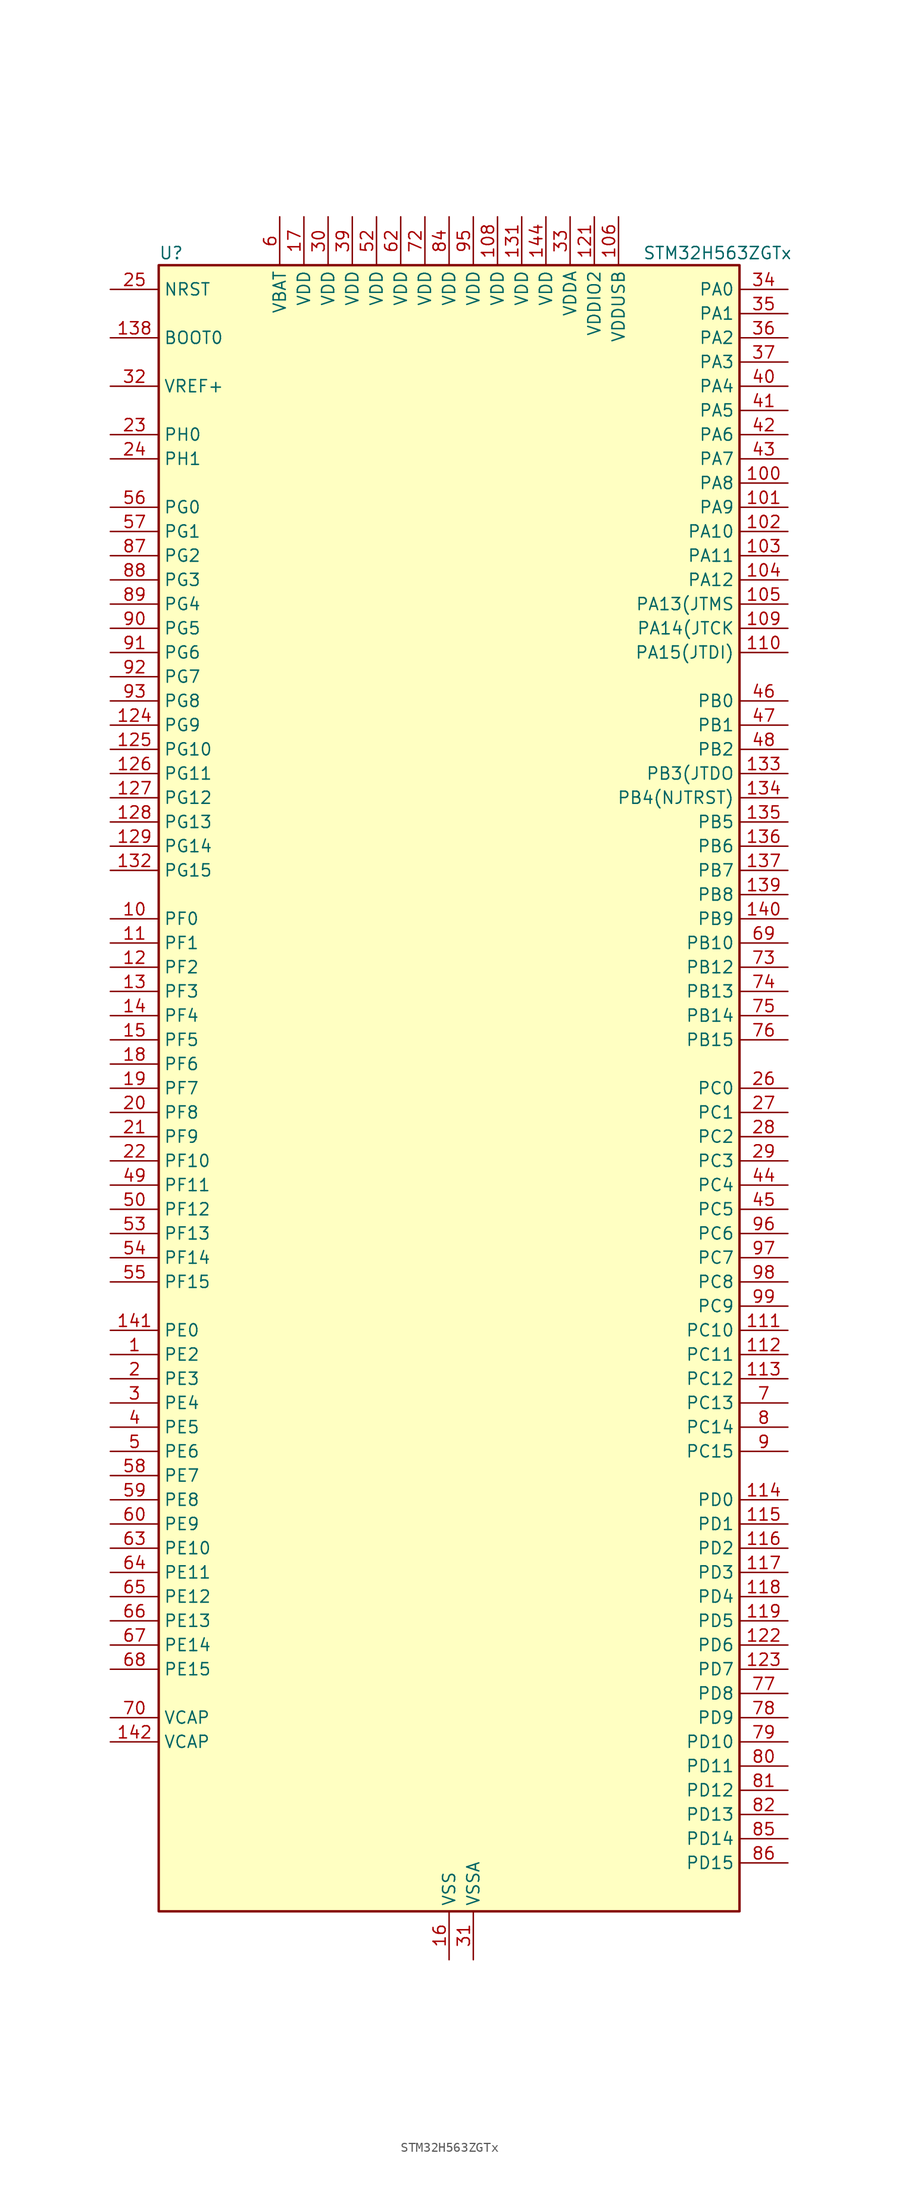
<source format=kicad_sym>
(kicad_symbol_lib
  (version 20231120)
  (generator "kicad-library-utils")
  (generator_version "8.0")
  (symbol "STM32H563ZGTx"
    (property "Reference" "U"
      (at -30.48 87.63 0)
      (effects (font (size 1.27 1.27)) (justify left)))
    (property "Value" "STM32H563ZGTx"
      (at 20.32 87.63 0)
      (effects (font (size 1.27 1.27)) (justify left)))
    (symbol "STM32H563ZGTx_0_1"
      (rectangle (start -30.48 -86.36) (end 30.48 86.36) (stroke (width 0.254) (type default)) (fill (type background))))
    (symbol "STM32H563ZGTx_1_1"
      (pin bidirectional line (at -35.56 -27.94 0) (length 5.08) (name "PE2" (effects (font (size 1.27 1.27)))) (number "1" (effects (font (size 1.27 1.27)))) (alternate "DCMI_D3" bidirectional line) (alternate "DEBUG_TRACECLK" bidirectional line) (alternate "ETH_TXD3" bidirectional line) (alternate "FMC_A23" bidirectional line) (alternate "LPTIM1_IN2" bidirectional line) (alternate "OCTOSPI1_IO2" bidirectional line) (alternate "PSSI_D3" bidirectional line) (alternate "SAI1_CK1" bidirectional line) (alternate "SAI1_MCLK_A" bidirectional line) (alternate "SPI4_SCK" bidirectional line) (alternate "UART8_TX" bidirectional line) (alternate "USART10_RX" bidirectional line))
      (pin bidirectional line (at -35.56 17.78 0) (length 5.08) (name "PF0" (effects (font (size 1.27 1.27)))) (number "10" (effects (font (size 1.27 1.27)))) (alternate "FMC_A0" bidirectional line) (alternate "I2C2_SDA" bidirectional line) (alternate "LPTIM5_CH1" bidirectional line))
      (pin bidirectional line (at 35.56 63.5 180) (length 5.08) (name "PA8" (effects (font (size 1.27 1.27)))) (number "100" (effects (font (size 1.27 1.27)))) (alternate "DCMI_D3" bidirectional line) (alternate "FMC_NOE" bidirectional line) (alternate "I2C3_SCL" bidirectional line) (alternate "PSSI_D3" bidirectional line) (alternate "RCC_MCO_1" bidirectional line) (alternate "SPI1_RDY" bidirectional line) (alternate "TIM1_CH1" bidirectional line) (alternate "TIM8_BKIN2" bidirectional line) (alternate "UART7_RX" bidirectional line) (alternate "USART1_CK" bidirectional line) (alternate "USB_SOF" bidirectional line))
      (pin bidirectional line (at 35.56 60.96 180) (length 5.08) (name "PA9" (effects (font (size 1.27 1.27)))) (number "101" (effects (font (size 1.27 1.27)))) (alternate "DAC1_EXTI9" bidirectional line) (alternate "DCMI_D0" bidirectional line) (alternate "ETH_TX_ER" bidirectional line) (alternate "FMC_NWE" bidirectional line) (alternate "I2C3_SMBA" bidirectional line) (alternate "I2S2_CK" bidirectional line) (alternate "LPUART1_TX" bidirectional line) (alternate "PSSI_D0" bidirectional line) (alternate "SPI2_SCK" bidirectional line) (alternate "TIM1_CH2" bidirectional line) (alternate "UCPD1_DB1" bidirectional line) (alternate "USART1_TX" bidirectional line))
      (pin bidirectional line (at 35.56 58.42 180) (length 5.08) (name "PA10" (effects (font (size 1.27 1.27)))) (number "102" (effects (font (size 1.27 1.27)))) (alternate "DCMI_D1" bidirectional line) (alternate "FDCAN2_TX" bidirectional line) (alternate "LPTIM2_IN2" bidirectional line) (alternate "LPUART1_RX" bidirectional line) (alternate "PSSI_D1" bidirectional line) (alternate "SDMMC1_D0" bidirectional line) (alternate "TIM1_CH3" bidirectional line) (alternate "UCPD1_FRSTX" bidirectional line) (alternate "USART1_RX" bidirectional line))
      (pin bidirectional line (at 35.56 55.88 180) (length 5.08) (name "PA11" (effects (font (size 1.27 1.27)))) (number "103" (effects (font (size 1.27 1.27)))) (alternate "ADC1_EXTI11" bidirectional line) (alternate "ADC2_EXTI11" bidirectional line) (alternate "FDCAN1_RX" bidirectional line) (alternate "I2S2_WS" bidirectional line) (alternate "LPUART1_CTS" bidirectional line) (alternate "SPI2_NSS" bidirectional line) (alternate "TIM1_CH4" bidirectional line) (alternate "UART4_RX" bidirectional line) (alternate "USART1_CTS" bidirectional line) (alternate "USART1_NSS" bidirectional line) (alternate "USB_DM" bidirectional line))
      (pin bidirectional line (at 35.56 53.34 180) (length 5.08) (name "PA12" (effects (font (size 1.27 1.27)))) (number "104" (effects (font (size 1.27 1.27)))) (alternate "FDCAN1_TX" bidirectional line) (alternate "I2S2_CK" bidirectional line) (alternate "LPUART1_RTS" bidirectional line) (alternate "SAI2_FS_B" bidirectional line) (alternate "SPI2_SCK" bidirectional line) (alternate "TIM1_ETR" bidirectional line) (alternate "UART4_TX" bidirectional line) (alternate "USART1_RTS" bidirectional line) (alternate "USB_DP" bidirectional line))
      (pin bidirectional line (at 35.56 50.8 180) (length 5.08) (name "PA13(JTMS" (effects (font (size 1.27 1.27)))) (number "105" (effects (font (size 1.27 1.27)))) (alternate "DEBUG_JTMS-SWDIO" bidirectional line))
      (pin power_in line (at 17.78 91.44 270) (length 5.08) (name "VDDUSB" (effects (font (size 1.27 1.27)))) (number "106" (effects (font (size 1.27 1.27)))))
      (pin passive line (at 0 -91.44 90) (length 5.08) hide (name "VSS" (effects (font (size 1.27 1.27)))) (number "107" (effects (font (size 1.27 1.27)))))
      (pin power_in line (at 5.08 91.44 270) (length 5.08) (name "VDD" (effects (font (size 1.27 1.27)))) (number "108" (effects (font (size 1.27 1.27)))))
      (pin bidirectional line (at 35.56 48.26 180) (length 5.08) (name "PA14(JTCK" (effects (font (size 1.27 1.27)))) (number "109" (effects (font (size 1.27 1.27)))) (alternate "DEBUG_JTCK-SWCLK" bidirectional line))
      (pin bidirectional line (at -35.56 15.24 0) (length 5.08) (name "PF1" (effects (font (size 1.27 1.27)))) (number "11" (effects (font (size 1.27 1.27)))) (alternate "FMC_A1" bidirectional line) (alternate "I2C2_SCL" bidirectional line) (alternate "LPTIM5_CH2" bidirectional line))
      (pin bidirectional line (at 35.56 45.72 180) (length 5.08) (name "PA15(JTDI)" (effects (font (size 1.27 1.27)))) (number "110" (effects (font (size 1.27 1.27)))) (alternate "ADC1_EXTI15" bidirectional line) (alternate "ADC2_EXTI15" bidirectional line) (alternate "CEC" bidirectional line) (alternate "DCMI_D11" bidirectional line) (alternate "DEBUG_JTDI" bidirectional line) (alternate "FMC_NBL1" bidirectional line) (alternate "I2S1_WS" bidirectional line) (alternate "I2S3_WS" bidirectional line) (alternate "LPTIM3_IN2" bidirectional line) (alternate "PSSI_D11" bidirectional line) (alternate "SPI1_NSS" bidirectional line) (alternate "SPI3_NSS" bidirectional line) (alternate "SPI6_NSS" bidirectional line) (alternate "TIM2_CH1" bidirectional line) (alternate "TIM2_ETR" bidirectional line) (alternate "UART4_DE" bidirectional line) (alternate "UART4_RTS" bidirectional line) (alternate "UART7_TX" bidirectional line))
      (pin bidirectional line (at 35.56 -25.4 180) (length 5.08) (name "PC10" (effects (font (size 1.27 1.27)))) (number "111" (effects (font (size 1.27 1.27)))) (alternate "DCMI_D8" bidirectional line) (alternate "ETH_TXD0" bidirectional line) (alternate "I2S3_CK" bidirectional line) (alternate "LPTIM3_ETR" bidirectional line) (alternate "OCTOSPI1_IO1" bidirectional line) (alternate "PSSI_D8" bidirectional line) (alternate "SDMMC1_D2" bidirectional line) (alternate "SPI3_SCK" bidirectional line) (alternate "UART4_TX" bidirectional line) (alternate "USART3_TX" bidirectional line))
      (pin bidirectional line (at 35.56 -27.94 180) (length 5.08) (name "PC11" (effects (font (size 1.27 1.27)))) (number "112" (effects (font (size 1.27 1.27)))) (alternate "ADC1_EXTI11" bidirectional line) (alternate "ADC2_EXTI11" bidirectional line) (alternate "DCMI_D4" bidirectional line) (alternate "I2S3_SDI" bidirectional line) (alternate "LPTIM3_IN1" bidirectional line) (alternate "OCTOSPI1_NCS" bidirectional line) (alternate "PSSI_D4" bidirectional line) (alternate "SDMMC1_D3" bidirectional line) (alternate "SPI3_MISO" bidirectional line) (alternate "UART4_RX" bidirectional line) (alternate "USART3_RX" bidirectional line))
      (pin bidirectional line (at 35.56 -30.48 180) (length 5.08) (name "PC12" (effects (font (size 1.27 1.27)))) (number "113" (effects (font (size 1.27 1.27)))) (alternate "DCMI_D9" bidirectional line) (alternate "DEBUG_TRACED3" bidirectional line) (alternate "I2S3_SDO" bidirectional line) (alternate "PSSI_D9" bidirectional line) (alternate "SDMMC1_CK" bidirectional line) (alternate "SPI3_MOSI" bidirectional line) (alternate "SPI6_SCK" bidirectional line) (alternate "TIM15_CH1" bidirectional line) (alternate "UART5_TX" bidirectional line) (alternate "USART3_CK" bidirectional line))
      (pin bidirectional line (at 35.56 -43.18 180) (length 5.08) (name "PD0" (effects (font (size 1.27 1.27)))) (number "114" (effects (font (size 1.27 1.27)))) (alternate "FDCAN1_RX" bidirectional line) (alternate "FMC_D2" bidirectional line) (alternate "FMC_DA2" bidirectional line) (alternate "TIM8_CH4N" bidirectional line) (alternate "UART4_RX" bidirectional line) (alternate "UART9_CTS" bidirectional line))
      (pin bidirectional line (at 35.56 -45.72 180) (length 5.08) (name "PD1" (effects (font (size 1.27 1.27)))) (number "115" (effects (font (size 1.27 1.27)))) (alternate "FDCAN1_TX" bidirectional line) (alternate "FMC_D3" bidirectional line) (alternate "FMC_DA3" bidirectional line) (alternate "UART4_TX" bidirectional line))
      (pin bidirectional line (at 35.56 -48.26 180) (length 5.08) (name "PD2" (effects (font (size 1.27 1.27)))) (number "116" (effects (font (size 1.27 1.27)))) (alternate "DCMI_D11" bidirectional line) (alternate "DEBUG_TRACED2" bidirectional line) (alternate "LPTIM4_ETR" bidirectional line) (alternate "PSSI_D11" bidirectional line) (alternate "PWR_WKUP7" bidirectional line) (alternate "SDMMC1_CMD" bidirectional line) (alternate "TIM15_BKIN" bidirectional line) (alternate "TIM3_ETR" bidirectional line) (alternate "UART5_RX" bidirectional line))
      (pin bidirectional line (at 35.56 -50.8 180) (length 5.08) (name "PD3" (effects (font (size 1.27 1.27)))) (number "117" (effects (font (size 1.27 1.27)))) (alternate "DCMI_D5" bidirectional line) (alternate "FMC_CLK" bidirectional line) (alternate "I2S2_CK" bidirectional line) (alternate "PSSI_D5" bidirectional line) (alternate "PWR_WKUP8" bidirectional line) (alternate "SPI2_SCK" bidirectional line) (alternate "USART2_CTS" bidirectional line) (alternate "USART2_NSS" bidirectional line))
      (pin bidirectional line (at 35.56 -53.34 180) (length 5.08) (name "PD4" (effects (font (size 1.27 1.27)))) (number "118" (effects (font (size 1.27 1.27)))) (alternate "FMC_NOE" bidirectional line) (alternate "OCTOSPI1_IO4" bidirectional line) (alternate "USART2_RTS" bidirectional line))
      (pin bidirectional line (at 35.56 -55.88 180) (length 5.08) (name "PD5" (effects (font (size 1.27 1.27)))) (number "119" (effects (font (size 1.27 1.27)))) (alternate "FDCAN1_TX" bidirectional line) (alternate "FMC_NWE" bidirectional line) (alternate "OCTOSPI1_IO5" bidirectional line) (alternate "SPI2_RDY" bidirectional line) (alternate "TIM1_CH4N" bidirectional line) (alternate "USART2_TX" bidirectional line))
      (pin bidirectional line (at -35.56 12.7 0) (length 5.08) (name "PF2" (effects (font (size 1.27 1.27)))) (number "12" (effects (font (size 1.27 1.27)))) (alternate "FMC_A2" bidirectional line) (alternate "I2C2_SMBA" bidirectional line) (alternate "LPTIM3_CH2" bidirectional line) (alternate "LPTIM3_IN2" bidirectional line) (alternate "LPTIM5_IN1" bidirectional line) (alternate "UART12_TX" bidirectional line) (alternate "USART11_CK" bidirectional line))
      (pin passive line (at 0 -91.44 90) (length 5.08) hide (name "VSS" (effects (font (size 1.27 1.27)))) (number "120" (effects (font (size 1.27 1.27)))))
      (pin power_in line (at 15.24 91.44 270) (length 5.08) (name "VDDIO2" (effects (font (size 1.27 1.27)))) (number "121" (effects (font (size 1.27 1.27)))))
      (pin bidirectional line (at 35.56 -58.42 180) (length 5.08) (name "PD6" (effects (font (size 1.27 1.27)))) (number "122" (effects (font (size 1.27 1.27)))) (alternate "DCMI_D10" bidirectional line) (alternate "FMC_NWAIT" bidirectional line) (alternate "I2S3_SDO" bidirectional line) (alternate "OCTOSPI1_IO6" bidirectional line) (alternate "PSSI_D10" bidirectional line) (alternate "SAI1_D1" bidirectional line) (alternate "SAI1_SD_A" bidirectional line) (alternate "SDMMC2_CK" bidirectional line) (alternate "SPI3_MOSI" bidirectional line) (alternate "USART2_RX" bidirectional line))
      (pin bidirectional line (at 35.56 -60.96 180) (length 5.08) (name "PD7" (effects (font (size 1.27 1.27)))) (number "123" (effects (font (size 1.27 1.27)))) (alternate "FMC_NCE" bidirectional line) (alternate "FMC_NE1" bidirectional line) (alternate "I2S1_SDO" bidirectional line) (alternate "LPTIM4_OUT" bidirectional line) (alternate "OCTOSPI1_IO7" bidirectional line) (alternate "SDMMC2_CMD" bidirectional line) (alternate "SPI1_MOSI" bidirectional line) (alternate "USART2_CK" bidirectional line))
      (pin bidirectional line (at -35.56 38.1 0) (length 5.08) (name "PG9" (effects (font (size 1.27 1.27)))) (number "124" (effects (font (size 1.27 1.27)))) (alternate "DAC1_EXTI9" bidirectional line) (alternate "DCMI_VSYNC" bidirectional line) (alternate "FMC_NCE" bidirectional line) (alternate "FMC_NE2" bidirectional line) (alternate "I2S1_SDI" bidirectional line) (alternate "OCTOSPI1_IO6" bidirectional line) (alternate "PSSI_RDY" bidirectional line) (alternate "SAI2_FS_B" bidirectional line) (alternate "SDMMC2_D0" bidirectional line) (alternate "SPI1_MISO" bidirectional line) (alternate "USART6_RX" bidirectional line))
      (pin bidirectional line (at -35.56 35.56 0) (length 5.08) (name "PG10" (effects (font (size 1.27 1.27)))) (number "125" (effects (font (size 1.27 1.27)))) (alternate "DCMI_D2" bidirectional line) (alternate "FMC_NE3" bidirectional line) (alternate "I2S1_WS" bidirectional line) (alternate "PSSI_D2" bidirectional line) (alternate "SAI2_SD_B" bidirectional line) (alternate "SDMMC2_D1" bidirectional line) (alternate "SPI1_NSS" bidirectional line))
      (pin bidirectional line (at -35.56 33.02 0) (length 5.08) (name "PG11" (effects (font (size 1.27 1.27)))) (number "126" (effects (font (size 1.27 1.27)))) (alternate "ADC1_EXTI11" bidirectional line) (alternate "ADC2_EXTI11" bidirectional line) (alternate "DCMI_D3" bidirectional line) (alternate "ETH_TX_EN" bidirectional line) (alternate "I2S1_CK" bidirectional line) (alternate "LPTIM1_IN2" bidirectional line) (alternate "PSSI_D3" bidirectional line) (alternate "SDMMC2_D2" bidirectional line) (alternate "SPI1_SCK" bidirectional line) (alternate "USART10_RX" bidirectional line) (alternate "USART11_RTS" bidirectional line))
      (pin bidirectional line (at -35.56 30.48 0) (length 5.08) (name "PG12" (effects (font (size 1.27 1.27)))) (number "127" (effects (font (size 1.27 1.27)))) (alternate "DCMI_D11" bidirectional line) (alternate "ETH_TXD1" bidirectional line) (alternate "FMC_NE4" bidirectional line) (alternate "LPTIM1_IN1" bidirectional line) (alternate "LPTIM5_CH1" bidirectional line) (alternate "PSSI_D11" bidirectional line) (alternate "PSSI_D15" bidirectional line) (alternate "SDMMC2_D3" bidirectional line) (alternate "SPI6_MISO" bidirectional line) (alternate "USART10_TX" bidirectional line) (alternate "USART6_RTS" bidirectional line))
      (pin bidirectional line (at -35.56 27.94 0) (length 5.08) (name "PG13" (effects (font (size 1.27 1.27)))) (number "128" (effects (font (size 1.27 1.27)))) (alternate "DEBUG_TRACED0" bidirectional line) (alternate "ETH_TXD0" bidirectional line) (alternate "FMC_A24" bidirectional line) (alternate "LPTIM1_CH1" bidirectional line) (alternate "LPTIM5_CH2" bidirectional line) (alternate "SDMMC2_D6" bidirectional line) (alternate "SPI6_SCK" bidirectional line) (alternate "USART10_CTS" bidirectional line) (alternate "USART10_NSS" bidirectional line) (alternate "USART6_CTS" bidirectional line) (alternate "USART6_NSS" bidirectional line))
      (pin bidirectional line (at -35.56 25.4 0) (length 5.08) (name "PG14" (effects (font (size 1.27 1.27)))) (number "129" (effects (font (size 1.27 1.27)))) (alternate "DEBUG_TRACED1" bidirectional line) (alternate "ETH_TXD1" bidirectional line) (alternate "FMC_A25" bidirectional line) (alternate "LPTIM1_CH2" bidirectional line) (alternate "LPTIM1_ETR" bidirectional line) (alternate "LPTIM5_IN1" bidirectional line) (alternate "OCTOSPI1_IO7" bidirectional line) (alternate "SDMMC2_D7" bidirectional line) (alternate "SPI6_MOSI" bidirectional line) (alternate "USART10_RTS" bidirectional line) (alternate "USART6_TX" bidirectional line))
      (pin bidirectional line (at -35.56 10.16 0) (length 5.08) (name "PF3" (effects (font (size 1.27 1.27)))) (number "13" (effects (font (size 1.27 1.27)))) (alternate "FMC_A3" bidirectional line) (alternate "LPTIM3_IN1" bidirectional line) (alternate "LPTIM5_IN2" bidirectional line) (alternate "USART11_TX" bidirectional line))
      (pin passive line (at 0 -91.44 90) (length 5.08) hide (name "VSS" (effects (font (size 1.27 1.27)))) (number "130" (effects (font (size 1.27 1.27)))))
      (pin power_in line (at 7.62 91.44 270) (length 5.08) (name "VDD" (effects (font (size 1.27 1.27)))) (number "131" (effects (font (size 1.27 1.27)))))
      (pin bidirectional line (at -35.56 22.86 0) (length 5.08) (name "PG15" (effects (font (size 1.27 1.27)))) (number "132" (effects (font (size 1.27 1.27)))) (alternate "ADC1_EXTI15" bidirectional line) (alternate "ADC2_EXTI15" bidirectional line) (alternate "DCMI_D13" bidirectional line) (alternate "FMC_SDNCAS" bidirectional line) (alternate "PSSI_D13" bidirectional line) (alternate "SPI4_RDY" bidirectional line) (alternate "USART10_CK" bidirectional line) (alternate "USART6_CTS" bidirectional line) (alternate "USART6_NSS" bidirectional line))
      (pin bidirectional line (at 35.56 33.02 180) (length 5.08) (name "PB3(JTDO" (effects (font (size 1.27 1.27)))) (number "133" (effects (font (size 1.27 1.27)))) (alternate "CRS_SYNC" bidirectional line) (alternate "DEBUG_JTDO-SWO" bidirectional line) (alternate "I2C2_SDA" bidirectional line) (alternate "I2S1_CK" bidirectional line) (alternate "I2S3_CK" bidirectional line) (alternate "LPTIM6_ETR" bidirectional line) (alternate "SDMMC2_D2" bidirectional line) (alternate "SPI1_SCK" bidirectional line) (alternate "SPI3_SCK" bidirectional line) (alternate "SPI6_SCK" bidirectional line) (alternate "TIM2_CH2" bidirectional line) (alternate "UART12_CTS" bidirectional line) (alternate "UART7_RX" bidirectional line))
      (pin bidirectional line (at 35.56 30.48 180) (length 5.08) (name "PB4(NJTRST)" (effects (font (size 1.27 1.27)))) (number "134" (effects (font (size 1.27 1.27)))) (alternate "DCMI_D7" bidirectional line) (alternate "DEBUG_JTRST" bidirectional line) (alternate "I2S1_SDI" bidirectional line) (alternate "I2S2_WS" bidirectional line) (alternate "I2S3_SDI" bidirectional line) (alternate "LPTIM1_CH2" bidirectional line) (alternate "OCTOSPI1_CLK" bidirectional line) (alternate "PSSI_D7" bidirectional line) (alternate "SDMMC2_D3" bidirectional line) (alternate "SPI1_MISO" bidirectional line) (alternate "SPI2_NSS" bidirectional line) (alternate "SPI3_MISO" bidirectional line) (alternate "SPI6_MISO" bidirectional line) (alternate "TIM16_BKIN" bidirectional line) (alternate "TIM3_CH1" bidirectional line) (alternate "UART7_TX" bidirectional line))
      (pin bidirectional line (at 35.56 27.94 180) (length 5.08) (name "PB5" (effects (font (size 1.27 1.27)))) (number "135" (effects (font (size 1.27 1.27)))) (alternate "DCMI_D10" bidirectional line) (alternate "ETH_PPS_OUT" bidirectional line) (alternate "FDCAN2_RX" bidirectional line) (alternate "FMC_SDCKE1" bidirectional line) (alternate "I2C1_SMBA" bidirectional line) (alternate "I2C4_SMBA" bidirectional line) (alternate "I2S1_SDO" bidirectional line) (alternate "I2S3_SDO" bidirectional line) (alternate "OCTOSPI1_NCLK" bidirectional line) (alternate "PSSI_D10" bidirectional line) (alternate "SPI1_MOSI" bidirectional line) (alternate "SPI3_MOSI" bidirectional line) (alternate "SPI6_MOSI" bidirectional line) (alternate "TIM17_BKIN" bidirectional line) (alternate "TIM3_CH2" bidirectional line) (alternate "UART5_RX" bidirectional line))
      (pin bidirectional line (at 35.56 25.4 180) (length 5.08) (name "PB6" (effects (font (size 1.27 1.27)))) (number "136" (effects (font (size 1.27 1.27)))) (alternate "CEC" bidirectional line) (alternate "DCMI_D5" bidirectional line) (alternate "FDCAN2_TX" bidirectional line) (alternate "FMC_SDNE1" bidirectional line) (alternate "I2C1_SCL" bidirectional line) (alternate "I2C4_SCL" bidirectional line) (alternate "I3C1_SCL" bidirectional line) (alternate "LPUART1_TX" bidirectional line) (alternate "OCTOSPI1_NCS" bidirectional line) (alternate "PSSI_D5" bidirectional line) (alternate "TIM16_CH1N" bidirectional line) (alternate "TIM4_CH1" bidirectional line) (alternate "UART5_TX" bidirectional line) (alternate "USART1_TX" bidirectional line))
      (pin bidirectional line (at 35.56 22.86 180) (length 5.08) (name "PB7" (effects (font (size 1.27 1.27)))) (number "137" (effects (font (size 1.27 1.27)))) (alternate "DCMI_VSYNC" bidirectional line) (alternate "FDCAN1_TX" bidirectional line) (alternate "FMC_NL" bidirectional line) (alternate "I2C1_SDA" bidirectional line) (alternate "I2C4_SDA" bidirectional line) (alternate "I3C1_SDA" bidirectional line) (alternate "LPUART1_RX" bidirectional line) (alternate "PSSI_RDY" bidirectional line) (alternate "PWR_WKUP5" bidirectional line) (alternate "SDMMC2_CKIN" bidirectional line) (alternate "SDMMC2_D5" bidirectional line) (alternate "TIM17_CH1N" bidirectional line) (alternate "TIM4_CH2" bidirectional line) (alternate "USART1_RX" bidirectional line))
      (pin input line (at -35.56 78.74 0) (length 5.08) (name "BOOT0" (effects (font (size 1.27 1.27)))) (number "138" (effects (font (size 1.27 1.27)))))
      (pin bidirectional line (at 35.56 20.32 180) (length 5.08) (name "PB8" (effects (font (size 1.27 1.27)))) (number "139" (effects (font (size 1.27 1.27)))) (alternate "DCMI_D6" bidirectional line) (alternate "ETH_TXD3" bidirectional line) (alternate "FDCAN1_RX" bidirectional line) (alternate "I2C1_SCL" bidirectional line) (alternate "I2C4_SCL" bidirectional line) (alternate "I3C1_SCL" bidirectional line) (alternate "PSSI_D6" bidirectional line) (alternate "SDMMC1_CKIN" bidirectional line) (alternate "SDMMC1_D4" bidirectional line) (alternate "SDMMC2_D4" bidirectional line) (alternate "SPI4_RDY" bidirectional line) (alternate "TIM16_CH1" bidirectional line) (alternate "TIM4_CH3" bidirectional line) (alternate "UART4_RX" bidirectional line))
      (pin bidirectional line (at -35.56 7.62 0) (length 5.08) (name "PF4" (effects (font (size 1.27 1.27)))) (number "14" (effects (font (size 1.27 1.27)))) (alternate "FMC_A4" bidirectional line) (alternate "LPTIM3_ETR" bidirectional line) (alternate "USART11_RX" bidirectional line))
      (pin bidirectional line (at 35.56 17.78 180) (length 5.08) (name "PB9" (effects (font (size 1.27 1.27)))) (number "140" (effects (font (size 1.27 1.27)))) (alternate "DAC1_EXTI9" bidirectional line) (alternate "DCMI_D7" bidirectional line) (alternate "FDCAN1_TX" bidirectional line) (alternate "I2C1_SDA" bidirectional line) (alternate "I2C4_SDA" bidirectional line) (alternate "I2S2_WS" bidirectional line) (alternate "I3C1_SDA" bidirectional line) (alternate "PSSI_D7" bidirectional line) (alternate "SDMMC1_CDIR" bidirectional line) (alternate "SDMMC1_D5" bidirectional line) (alternate "SDMMC2_CKIN" bidirectional line) (alternate "SDMMC2_D5" bidirectional line) (alternate "SPI2_NSS" bidirectional line) (alternate "TIM17_CH1" bidirectional line) (alternate "TIM4_CH4" bidirectional line) (alternate "UART4_TX" bidirectional line))
      (pin bidirectional line (at -35.56 -25.4 0) (length 5.08) (name "PE0" (effects (font (size 1.27 1.27)))) (number "141" (effects (font (size 1.27 1.27)))) (alternate "DCMI_D2" bidirectional line) (alternate "FDCAN1_RX" bidirectional line) (alternate "FMC_NBL0" bidirectional line) (alternate "LPTIM1_ETR" bidirectional line) (alternate "LPTIM2_CH2" bidirectional line) (alternate "LPTIM2_ETR" bidirectional line) (alternate "PSSI_D2" bidirectional line) (alternate "SAI2_MCLK_A" bidirectional line) (alternate "SPI3_RDY" bidirectional line) (alternate "TIM4_ETR" bidirectional line) (alternate "UART8_RX" bidirectional line))
      (pin power_out line (at -35.56 -68.58 0) (length 5.08) (name "VCAP" (effects (font (size 1.27 1.27)))) (number "142" (effects (font (size 1.27 1.27)))))
      (pin passive line (at 0 -91.44 90) (length 5.08) hide (name "VSS" (effects (font (size 1.27 1.27)))) (number "143" (effects (font (size 1.27 1.27)))))
      (pin power_in line (at 10.16 91.44 270) (length 5.08) (name "VDD" (effects (font (size 1.27 1.27)))) (number "144" (effects (font (size 1.27 1.27)))))
      (pin bidirectional line (at -35.56 5.08 0) (length 5.08) (name "PF5" (effects (font (size 1.27 1.27)))) (number "15" (effects (font (size 1.27 1.27)))) (alternate "FMC_A5" bidirectional line) (alternate "I2C4_SCL" bidirectional line) (alternate "I3C1_SCL" bidirectional line) (alternate "LPTIM3_CH1" bidirectional line) (alternate "LPTIM3_IN1" bidirectional line) (alternate "UART12_RX" bidirectional line) (alternate "USART11_CTS" bidirectional line) (alternate "USART11_NSS" bidirectional line))
      (pin power_in line (at 0 -91.44 90) (length 5.08) (name "VSS" (effects (font (size 1.27 1.27)))) (number "16" (effects (font (size 1.27 1.27)))))
      (pin power_in line (at -15.24 91.44 270) (length 5.08) (name "VDD" (effects (font (size 1.27 1.27)))) (number "17" (effects (font (size 1.27 1.27)))))
      (pin bidirectional line (at -35.56 2.54 0) (length 5.08) (name "PF6" (effects (font (size 1.27 1.27)))) (number "18" (effects (font (size 1.27 1.27)))) (alternate "LPTIM5_CH1" bidirectional line) (alternate "OCTOSPI1_IO3" bidirectional line) (alternate "SAI1_SD_B" bidirectional line) (alternate "SPI5_NSS" bidirectional line) (alternate "TIM16_CH1" bidirectional line) (alternate "UART7_RX" bidirectional line))
      (pin bidirectional line (at -35.56 0 0) (length 5.08) (name "PF7" (effects (font (size 1.27 1.27)))) (number "19" (effects (font (size 1.27 1.27)))) (alternate "LPTIM5_CH2" bidirectional line) (alternate "OCTOSPI1_IO2" bidirectional line) (alternate "SAI1_MCLK_B" bidirectional line) (alternate "SPI5_SCK" bidirectional line) (alternate "TIM17_CH1" bidirectional line) (alternate "UART7_TX" bidirectional line))
      (pin bidirectional line (at -35.56 -30.48 0) (length 5.08) (name "PE3" (effects (font (size 1.27 1.27)))) (number "2" (effects (font (size 1.27 1.27)))) (alternate "DEBUG_TRACED0" bidirectional line) (alternate "FMC_A19" bidirectional line) (alternate "SAI1_SD_B" bidirectional line) (alternate "TAMP_IN6" bidirectional line) (alternate "TAMP_OUT3" bidirectional line) (alternate "TIM15_BKIN" bidirectional line) (alternate "USART10_TX" bidirectional line))
      (pin bidirectional line (at -35.56 -2.54 0) (length 5.08) (name "PF8" (effects (font (size 1.27 1.27)))) (number "20" (effects (font (size 1.27 1.27)))) (alternate "LPTIM5_IN1" bidirectional line) (alternate "OCTOSPI1_IO0" bidirectional line) (alternate "SAI1_SCK_B" bidirectional line) (alternate "SPI5_MISO" bidirectional line) (alternate "TIM13_CH1" bidirectional line) (alternate "TIM16_CH1N" bidirectional line) (alternate "UART7_RTS" bidirectional line))
      (pin bidirectional line (at -35.56 -5.08 0) (length 5.08) (name "PF9" (effects (font (size 1.27 1.27)))) (number "21" (effects (font (size 1.27 1.27)))) (alternate "DAC1_EXTI9" bidirectional line) (alternate "LPTIM5_IN2" bidirectional line) (alternate "OCTOSPI1_IO1" bidirectional line) (alternate "SAI1_FS_B" bidirectional line) (alternate "SPI5_MOSI" bidirectional line) (alternate "TIM14_CH1" bidirectional line) (alternate "TIM17_CH1N" bidirectional line) (alternate "UART7_CTS" bidirectional line))
      (pin bidirectional line (at -35.56 -7.62 0) (length 5.08) (name "PF10" (effects (font (size 1.27 1.27)))) (number "22" (effects (font (size 1.27 1.27)))) (alternate "DCMI_D11" bidirectional line) (alternate "OCTOSPI1_CLK" bidirectional line) (alternate "PSSI_D11" bidirectional line) (alternate "PSSI_D15" bidirectional line) (alternate "SAI1_D3" bidirectional line) (alternate "TIM16_BKIN" bidirectional line))
      (pin bidirectional line (at -35.56 68.58 0) (length 5.08) (name "PH0" (effects (font (size 1.27 1.27)))) (number "23" (effects (font (size 1.27 1.27)))) (alternate "RCC_OSC_IN" bidirectional line))
      (pin bidirectional line (at -35.56 66.04 0) (length 5.08) (name "PH1" (effects (font (size 1.27 1.27)))) (number "24" (effects (font (size 1.27 1.27)))) (alternate "RCC_OSC_OUT" bidirectional line))
      (pin input line (at -35.56 83.82 0) (length 5.08) (name "NRST" (effects (font (size 1.27 1.27)))) (number "25" (effects (font (size 1.27 1.27)))))
      (pin bidirectional line (at 35.56 0 180) (length 5.08) (name "PC0" (effects (font (size 1.27 1.27)))) (number "26" (effects (font (size 1.27 1.27)))) (alternate "ADC1_INP10" bidirectional line) (alternate "ADC2_INP10" bidirectional line) (alternate "FMC_A25" bidirectional line) (alternate "FMC_SDNWE" bidirectional line) (alternate "OCTOSPI1_IO7" bidirectional line) (alternate "SAI1_MCLK_A" bidirectional line) (alternate "SAI2_FS_B" bidirectional line) (alternate "SPI2_RDY" bidirectional line) (alternate "TIM16_BKIN" bidirectional line))
      (pin bidirectional line (at 35.56 -2.54 180) (length 5.08) (name "PC1" (effects (font (size 1.27 1.27)))) (number "27" (effects (font (size 1.27 1.27)))) (alternate "ADC1_INN10" bidirectional line) (alternate "ADC1_INP11" bidirectional line) (alternate "ADC2_INN10" bidirectional line) (alternate "ADC2_INP11" bidirectional line) (alternate "DEBUG_TRACED0" bidirectional line) (alternate "ETH_MDC" bidirectional line) (alternate "I2S2_SDO" bidirectional line) (alternate "OCTOSPI1_IO4" bidirectional line) (alternate "PWR_WKUP6" bidirectional line) (alternate "SAI1_D1" bidirectional line) (alternate "SAI1_SD_A" bidirectional line) (alternate "SAI2_SD_A" bidirectional line) (alternate "SDMMC2_CK" bidirectional line) (alternate "SPI2_MOSI" bidirectional line) (alternate "TAMP_IN3" bidirectional line) (alternate "TAMP_OUT5" bidirectional line) (alternate "USART11_RTS" bidirectional line))
      (pin bidirectional line (at 35.56 -5.08 180) (length 5.08) (name "PC2" (effects (font (size 1.27 1.27)))) (number "28" (effects (font (size 1.27 1.27)))) (alternate "ADC1_INN11" bidirectional line) (alternate "ADC1_INP12" bidirectional line) (alternate "ADC2_INN11" bidirectional line) (alternate "ADC2_INP12" bidirectional line) (alternate "ETH_TXD2" bidirectional line) (alternate "FMC_SDNE0" bidirectional line) (alternate "I2S2_SDI" bidirectional line) (alternate "OCTOSPI1_IO2" bidirectional line) (alternate "OCTOSPI1_IO5" bidirectional line) (alternate "PWR_CSLEEP" bidirectional line) (alternate "SPI2_MISO" bidirectional line) (alternate "TIM17_CH1" bidirectional line) (alternate "TIM4_CH4" bidirectional line))
      (pin bidirectional line (at 35.56 -7.62 180) (length 5.08) (name "PC3" (effects (font (size 1.27 1.27)))) (number "29" (effects (font (size 1.27 1.27)))) (alternate "ADC1_INN12" bidirectional line) (alternate "ADC1_INP13" bidirectional line) (alternate "ADC2_INN12" bidirectional line) (alternate "ADC2_INP13" bidirectional line) (alternate "ETH_TX_CLK" bidirectional line) (alternate "FMC_SDCKE0" bidirectional line) (alternate "I2S2_SDO" bidirectional line) (alternate "LPTIM3_CH1" bidirectional line) (alternate "OCTOSPI1_IO0" bidirectional line) (alternate "OCTOSPI1_IO6" bidirectional line) (alternate "PWR_CSTOP" bidirectional line) (alternate "SAI1_D3" bidirectional line) (alternate "SPI2_MOSI" bidirectional line))
      (pin bidirectional line (at -35.56 -33.02 0) (length 5.08) (name "PE4" (effects (font (size 1.27 1.27)))) (number "3" (effects (font (size 1.27 1.27)))) (alternate "DCMI_D4" bidirectional line) (alternate "DEBUG_TRACED1" bidirectional line) (alternate "FMC_A20" bidirectional line) (alternate "PSSI_D4" bidirectional line) (alternate "SAI1_D2" bidirectional line) (alternate "SAI1_FS_A" bidirectional line) (alternate "SPI4_NSS" bidirectional line) (alternate "TAMP_IN7" bidirectional line) (alternate "TAMP_OUT8" bidirectional line) (alternate "TIM15_CH1N" bidirectional line))
      (pin power_in line (at -12.7 91.44 270) (length 5.08) (name "VDD" (effects (font (size 1.27 1.27)))) (number "30" (effects (font (size 1.27 1.27)))))
      (pin power_in line (at 2.54 -91.44 90) (length 5.08) (name "VSSA" (effects (font (size 1.27 1.27)))) (number "31" (effects (font (size 1.27 1.27)))))
      (pin input line (at -35.56 73.66 0) (length 5.08) (name "VREF+" (effects (font (size 1.27 1.27)))) (number "32" (effects (font (size 1.27 1.27)))))
      (pin power_in line (at 12.7 91.44 270) (length 5.08) (name "VDDA" (effects (font (size 1.27 1.27)))) (number "33" (effects (font (size 1.27 1.27)))))
      (pin bidirectional line (at 35.56 83.82 180) (length 5.08) (name "PA0" (effects (font (size 1.27 1.27)))) (number "34" (effects (font (size 1.27 1.27)))) (alternate "ADC1_INN1" bidirectional line) (alternate "ADC1_INP0" bidirectional line) (alternate "ADC2_INN1" bidirectional line) (alternate "ADC2_INP0" bidirectional line) (alternate "ETH_CRS" bidirectional line) (alternate "PWR_WKUP1" bidirectional line) (alternate "SAI2_SD_B" bidirectional line) (alternate "SDMMC2_CMD" bidirectional line) (alternate "SPI3_RDY" bidirectional line) (alternate "SPI6_NSS" bidirectional line) (alternate "TAMP_IN2" bidirectional line) (alternate "TAMP_OUT1" bidirectional line) (alternate "TIM15_BKIN" bidirectional line) (alternate "TIM2_CH1" bidirectional line) (alternate "TIM2_ETR" bidirectional line) (alternate "TIM5_CH1" bidirectional line) (alternate "TIM8_ETR" bidirectional line) (alternate "UART4_TX" bidirectional line) (alternate "USART2_CTS" bidirectional line) (alternate "USART2_NSS" bidirectional line))
      (pin bidirectional line (at 35.56 81.28 180) (length 5.08) (name "PA1" (effects (font (size 1.27 1.27)))) (number "35" (effects (font (size 1.27 1.27)))) (alternate "ADC1_INP1" bidirectional line) (alternate "ADC2_INP1" bidirectional line) (alternate "ETH_REF_CLK" bidirectional line) (alternate "ETH_RX_CLK" bidirectional line) (alternate "LPTIM1_IN1" bidirectional line) (alternate "OCTOSPI1_DQS" bidirectional line) (alternate "OCTOSPI1_IO3" bidirectional line) (alternate "SAI2_MCLK_B" bidirectional line) (alternate "TAMP_IN5" bidirectional line) (alternate "TAMP_OUT4" bidirectional line) (alternate "TIM15_CH1N" bidirectional line) (alternate "TIM2_CH2" bidirectional line) (alternate "TIM5_CH2" bidirectional line) (alternate "UART4_RX" bidirectional line) (alternate "USART2_RTS" bidirectional line))
      (pin bidirectional line (at 35.56 78.74 180) (length 5.08) (name "PA2" (effects (font (size 1.27 1.27)))) (number "36" (effects (font (size 1.27 1.27)))) (alternate "ADC1_INP14" bidirectional line) (alternate "ADC2_INP14" bidirectional line) (alternate "ETH_MDIO" bidirectional line) (alternate "LPTIM1_IN2" bidirectional line) (alternate "PWR_WKUP2" bidirectional line) (alternate "SAI2_SCK_B" bidirectional line) (alternate "TAMP_IN4" bidirectional line) (alternate "TAMP_OUT3" bidirectional line) (alternate "TIM15_CH1" bidirectional line) (alternate "TIM2_CH3" bidirectional line) (alternate "TIM5_CH3" bidirectional line) (alternate "USART2_TX" bidirectional line))
      (pin bidirectional line (at 35.56 76.2 180) (length 5.08) (name "PA3" (effects (font (size 1.27 1.27)))) (number "37" (effects (font (size 1.27 1.27)))) (alternate "ADC1_INP15" bidirectional line) (alternate "ADC2_INP15" bidirectional line) (alternate "ETH_COL" bidirectional line) (alternate "I2S2_WS" bidirectional line) (alternate "OCTOSPI1_CLK" bidirectional line) (alternate "SAI1_SD_B" bidirectional line) (alternate "SPI2_NSS" bidirectional line) (alternate "TIM15_CH2" bidirectional line) (alternate "TIM2_CH4" bidirectional line) (alternate "TIM5_CH4" bidirectional line) (alternate "USART2_RX" bidirectional line))
      (pin passive line (at 0 -91.44 90) (length 5.08) hide (name "VSS" (effects (font (size 1.27 1.27)))) (number "38" (effects (font (size 1.27 1.27)))))
      (pin power_in line (at -10.16 91.44 270) (length 5.08) (name "VDD" (effects (font (size 1.27 1.27)))) (number "39" (effects (font (size 1.27 1.27)))))
      (pin bidirectional line (at -35.56 -35.56 0) (length 5.08) (name "PE5" (effects (font (size 1.27 1.27)))) (number "4" (effects (font (size 1.27 1.27)))) (alternate "DCMI_D6" bidirectional line) (alternate "DEBUG_TRACED2" bidirectional line) (alternate "FMC_A21" bidirectional line) (alternate "PSSI_D6" bidirectional line) (alternate "SAI1_CK2" bidirectional line) (alternate "SAI1_SCK_A" bidirectional line) (alternate "SPI4_MISO" bidirectional line) (alternate "TAMP_IN8" bidirectional line) (alternate "TAMP_OUT7" bidirectional line) (alternate "TIM15_CH1" bidirectional line))
      (pin bidirectional line (at 35.56 73.66 180) (length 5.08) (name "PA4" (effects (font (size 1.27 1.27)))) (number "40" (effects (font (size 1.27 1.27)))) (alternate "ADC1_INP18" bidirectional line) (alternate "ADC2_INP18" bidirectional line) (alternate "DAC1_OUT1" bidirectional line) (alternate "DCMI_HSYNC" bidirectional line) (alternate "I2S1_WS" bidirectional line) (alternate "I2S3_WS" bidirectional line) (alternate "LPTIM2_CH1" bidirectional line) (alternate "PSSI_DE" bidirectional line) (alternate "SPI1_NSS" bidirectional line) (alternate "SPI3_NSS" bidirectional line) (alternate "SPI6_NSS" bidirectional line) (alternate "TIM5_ETR" bidirectional line) (alternate "USART2_CK" bidirectional line))
      (pin bidirectional line (at 35.56 71.12 180) (length 5.08) (name "PA5" (effects (font (size 1.27 1.27)))) (number "41" (effects (font (size 1.27 1.27)))) (alternate "ADC1_INN18" bidirectional line) (alternate "ADC1_INP19" bidirectional line) (alternate "ADC2_INN18" bidirectional line) (alternate "ADC2_INP19" bidirectional line) (alternate "DAC1_OUT2" bidirectional line) (alternate "ETH_TX_EN" bidirectional line) (alternate "I2S1_CK" bidirectional line) (alternate "PSSI_D14" bidirectional line) (alternate "SPI1_SCK" bidirectional line) (alternate "SPI6_SCK" bidirectional line) (alternate "TIM2_CH1" bidirectional line) (alternate "TIM2_ETR" bidirectional line) (alternate "TIM8_CH1N" bidirectional line))
      (pin bidirectional line (at 35.56 68.58 180) (length 5.08) (name "PA6" (effects (font (size 1.27 1.27)))) (number "42" (effects (font (size 1.27 1.27)))) (alternate "ADC1_INP3" bidirectional line) (alternate "ADC2_INP3" bidirectional line) (alternate "DCMI_PIXCLK" bidirectional line) (alternate "I2S1_SDI" bidirectional line) (alternate "OCTOSPI1_IO3" bidirectional line) (alternate "PSSI_PDCK" bidirectional line) (alternate "SPI1_MISO" bidirectional line) (alternate "SPI6_MISO" bidirectional line) (alternate "TIM13_CH1" bidirectional line) (alternate "TIM1_BKIN" bidirectional line) (alternate "TIM3_CH1" bidirectional line) (alternate "TIM8_BKIN" bidirectional line) (alternate "USART11_TX" bidirectional line))
      (pin bidirectional line (at 35.56 66.04 180) (length 5.08) (name "PA7" (effects (font (size 1.27 1.27)))) (number "43" (effects (font (size 1.27 1.27)))) (alternate "ADC1_INN3" bidirectional line) (alternate "ADC1_INP7" bidirectional line) (alternate "ADC2_INN3" bidirectional line) (alternate "ADC2_INP7" bidirectional line) (alternate "ETH_CRS_DV" bidirectional line) (alternate "ETH_RX_DV" bidirectional line) (alternate "FMC_NWE" bidirectional line) (alternate "FMC_SDNWE" bidirectional line) (alternate "I2S1_SDO" bidirectional line) (alternate "OCTOSPI1_IO2" bidirectional line) (alternate "SPI1_MOSI" bidirectional line) (alternate "SPI6_MOSI" bidirectional line) (alternate "TIM14_CH1" bidirectional line) (alternate "TIM1_CH1N" bidirectional line) (alternate "TIM3_CH2" bidirectional line) (alternate "TIM8_CH1N" bidirectional line) (alternate "USART11_RX" bidirectional line))
      (pin bidirectional line (at 35.56 -10.16 180) (length 5.08) (name "PC4" (effects (font (size 1.27 1.27)))) (number "44" (effects (font (size 1.27 1.27)))) (alternate "ADC1_INP4" bidirectional line) (alternate "ADC2_INP4" bidirectional line) (alternate "ETH_RXD0" bidirectional line) (alternate "FMC_SDNE0" bidirectional line) (alternate "I2S1_MCK" bidirectional line) (alternate "LPTIM2_ETR" bidirectional line) (alternate "SAI1_CK1" bidirectional line) (alternate "TIM2_CH4" bidirectional line) (alternate "USART3_RX" bidirectional line))
      (pin bidirectional line (at 35.56 -12.7 180) (length 5.08) (name "PC5" (effects (font (size 1.27 1.27)))) (number "45" (effects (font (size 1.27 1.27)))) (alternate "ADC1_INN4" bidirectional line) (alternate "ADC1_INP8" bidirectional line) (alternate "ADC2_INN4" bidirectional line) (alternate "ADC2_INP8" bidirectional line) (alternate "ETH_RXD1" bidirectional line) (alternate "FMC_SDCKE0" bidirectional line) (alternate "OCTOSPI1_DQS" bidirectional line) (alternate "PSSI_D15" bidirectional line) (alternate "SAI1_D3" bidirectional line) (alternate "SAI1_FS_A" bidirectional line) (alternate "TIM1_CH4N" bidirectional line) (alternate "UART12_RTS" bidirectional line))
      (pin bidirectional line (at 35.56 40.64 180) (length 5.08) (name "PB0" (effects (font (size 1.27 1.27)))) (number "46" (effects (font (size 1.27 1.27)))) (alternate "ADC1_INN5" bidirectional line) (alternate "ADC1_INP9" bidirectional line) (alternate "ADC2_INN5" bidirectional line) (alternate "ADC2_INP9" bidirectional line) (alternate "ETH_RXD2" bidirectional line) (alternate "LPTIM3_CH1" bidirectional line) (alternate "OCTOSPI1_IO1" bidirectional line) (alternate "TIM1_CH2N" bidirectional line) (alternate "TIM3_CH3" bidirectional line) (alternate "TIM8_CH2N" bidirectional line) (alternate "UART4_CTS" bidirectional line) (alternate "USART11_CK" bidirectional line))
      (pin bidirectional line (at 35.56 38.1 180) (length 5.08) (name "PB1" (effects (font (size 1.27 1.27)))) (number "47" (effects (font (size 1.27 1.27)))) (alternate "ADC1_INP5" bidirectional line) (alternate "ADC2_INP5" bidirectional line) (alternate "ETH_RXD3" bidirectional line) (alternate "LPTIM3_CH2" bidirectional line) (alternate "OCTOSPI1_IO0" bidirectional line) (alternate "TIM1_CH3N" bidirectional line) (alternate "TIM3_CH4" bidirectional line) (alternate "TIM8_CH3N" bidirectional line))
      (pin bidirectional line (at 35.56 35.56 180) (length 5.08) (name "PB2" (effects (font (size 1.27 1.27)))) (number "48" (effects (font (size 1.27 1.27)))) (alternate "I2S3_SDO" bidirectional line) (alternate "LPTIM1_CH1" bidirectional line) (alternate "LPTIM5_ETR" bidirectional line) (alternate "OCTOSPI1_CLK" bidirectional line) (alternate "OCTOSPI1_DQS" bidirectional line) (alternate "RCC_LSCO" bidirectional line) (alternate "RTC_OUT2" bidirectional line) (alternate "SAI1_D1" bidirectional line) (alternate "SAI1_SD_A" bidirectional line) (alternate "SDMMC1_CMD" bidirectional line) (alternate "SPI1_RDY" bidirectional line) (alternate "SPI3_MOSI" bidirectional line) (alternate "TIM8_CH4N" bidirectional line))
      (pin bidirectional line (at -35.56 -10.16 0) (length 5.08) (name "PF11" (effects (font (size 1.27 1.27)))) (number "49" (effects (font (size 1.27 1.27)))) (alternate "ADC1_EXTI11" bidirectional line) (alternate "ADC1_INP2" bidirectional line) (alternate "ADC2_EXTI11" bidirectional line) (alternate "DCMI_D12" bidirectional line) (alternate "FMC_SDNRAS" bidirectional line) (alternate "LPTIM6_CH1" bidirectional line) (alternate "OCTOSPI1_NCLK" bidirectional line) (alternate "PSSI_D12" bidirectional line) (alternate "SAI2_SD_B" bidirectional line) (alternate "SPI5_MOSI" bidirectional line))
      (pin bidirectional line (at -35.56 -38.1 0) (length 5.08) (name "PE6" (effects (font (size 1.27 1.27)))) (number "5" (effects (font (size 1.27 1.27)))) (alternate "DCMI_D7" bidirectional line) (alternate "DEBUG_TRACED3" bidirectional line) (alternate "FMC_A22" bidirectional line) (alternate "PSSI_D7" bidirectional line) (alternate "SAI1_D1" bidirectional line) (alternate "SAI1_SD_A" bidirectional line) (alternate "SAI2_MCLK_B" bidirectional line) (alternate "SPI4_MOSI" bidirectional line) (alternate "TAMP_IN3" bidirectional line) (alternate "TAMP_OUT6" bidirectional line) (alternate "TIM15_CH2" bidirectional line) (alternate "TIM1_BKIN2" bidirectional line))
      (pin bidirectional line (at -35.56 -12.7 0) (length 5.08) (name "PF12" (effects (font (size 1.27 1.27)))) (number "50" (effects (font (size 1.27 1.27)))) (alternate "ADC1_INN2" bidirectional line) (alternate "ADC1_INP6" bidirectional line) (alternate "FMC_A6" bidirectional line) (alternate "LPTIM6_CH2" bidirectional line))
      (pin passive line (at 0 -91.44 90) (length 5.08) hide (name "VSS" (effects (font (size 1.27 1.27)))) (number "51" (effects (font (size 1.27 1.27)))))
      (pin power_in line (at -7.62 91.44 270) (length 5.08) (name "VDD" (effects (font (size 1.27 1.27)))) (number "52" (effects (font (size 1.27 1.27)))))
      (pin bidirectional line (at -35.56 -15.24 0) (length 5.08) (name "PF13" (effects (font (size 1.27 1.27)))) (number "53" (effects (font (size 1.27 1.27)))) (alternate "ADC2_INP2" bidirectional line) (alternate "FMC_A7" bidirectional line) (alternate "I2C4_SMBA" bidirectional line) (alternate "LPTIM6_IN1" bidirectional line))
      (pin bidirectional line (at -35.56 -17.78 0) (length 5.08) (name "PF14" (effects (font (size 1.27 1.27)))) (number "54" (effects (font (size 1.27 1.27)))) (alternate "ADC2_INN2" bidirectional line) (alternate "ADC2_INP6" bidirectional line) (alternate "FMC_A8" bidirectional line) (alternate "LPTIM6_IN2" bidirectional line))
      (pin bidirectional line (at -35.56 -20.32 0) (length 5.08) (name "PF15" (effects (font (size 1.27 1.27)))) (number "55" (effects (font (size 1.27 1.27)))) (alternate "ADC1_EXTI15" bidirectional line) (alternate "ADC2_EXTI15" bidirectional line) (alternate "FMC_A9" bidirectional line) (alternate "I2C4_SDA" bidirectional line) (alternate "I3C1_SDA" bidirectional line))
      (pin bidirectional line (at -35.56 60.96 0) (length 5.08) (name "PG0" (effects (font (size 1.27 1.27)))) (number "56" (effects (font (size 1.27 1.27)))) (alternate "FMC_A10" bidirectional line) (alternate "LPTIM4_IN1" bidirectional line) (alternate "UART9_RX" bidirectional line))
      (pin bidirectional line (at -35.56 58.42 0) (length 5.08) (name "PG1" (effects (font (size 1.27 1.27)))) (number "57" (effects (font (size 1.27 1.27)))) (alternate "FMC_A11" bidirectional line) (alternate "I2S2_SDO" bidirectional line) (alternate "SPI2_MOSI" bidirectional line) (alternate "UART9_TX" bidirectional line))
      (pin bidirectional line (at -35.56 -40.64 0) (length 5.08) (name "PE7" (effects (font (size 1.27 1.27)))) (number "58" (effects (font (size 1.27 1.27)))) (alternate "FMC_D4" bidirectional line) (alternate "FMC_DA4" bidirectional line) (alternate "OCTOSPI1_IO4" bidirectional line) (alternate "TIM1_ETR" bidirectional line) (alternate "UART12_RTS" bidirectional line) (alternate "UART7_RX" bidirectional line))
      (pin bidirectional line (at -35.56 -43.18 0) (length 5.08) (name "PE8" (effects (font (size 1.27 1.27)))) (number "59" (effects (font (size 1.27 1.27)))) (alternate "FMC_D5" bidirectional line) (alternate "FMC_DA5" bidirectional line) (alternate "OCTOSPI1_IO5" bidirectional line) (alternate "TIM1_CH1N" bidirectional line) (alternate "UART12_CTS" bidirectional line) (alternate "UART7_TX" bidirectional line))
      (pin power_in line (at -17.78 91.44 270) (length 5.08) (name "VBAT" (effects (font (size 1.27 1.27)))) (number "6" (effects (font (size 1.27 1.27)))))
      (pin bidirectional line (at -35.56 -45.72 0) (length 5.08) (name "PE9" (effects (font (size 1.27 1.27)))) (number "60" (effects (font (size 1.27 1.27)))) (alternate "DAC1_EXTI9" bidirectional line) (alternate "FMC_D6" bidirectional line) (alternate "FMC_DA6" bidirectional line) (alternate "OCTOSPI1_IO6" bidirectional line) (alternate "TIM1_CH1" bidirectional line) (alternate "UART12_RX" bidirectional line) (alternate "UART7_RTS" bidirectional line))
      (pin passive line (at 0 -91.44 90) (length 5.08) hide (name "VSS" (effects (font (size 1.27 1.27)))) (number "61" (effects (font (size 1.27 1.27)))))
      (pin power_in line (at -5.08 91.44 270) (length 5.08) (name "VDD" (effects (font (size 1.27 1.27)))) (number "62" (effects (font (size 1.27 1.27)))))
      (pin bidirectional line (at -35.56 -48.26 0) (length 5.08) (name "PE10" (effects (font (size 1.27 1.27)))) (number "63" (effects (font (size 1.27 1.27)))) (alternate "FMC_D7" bidirectional line) (alternate "FMC_DA7" bidirectional line) (alternate "OCTOSPI1_IO7" bidirectional line) (alternate "TIM1_CH2N" bidirectional line) (alternate "UART12_TX" bidirectional line) (alternate "UART7_CTS" bidirectional line))
      (pin bidirectional line (at -35.56 -50.8 0) (length 5.08) (name "PE11" (effects (font (size 1.27 1.27)))) (number "64" (effects (font (size 1.27 1.27)))) (alternate "ADC1_EXTI11" bidirectional line) (alternate "ADC2_EXTI11" bidirectional line) (alternate "FMC_D8" bidirectional line) (alternate "FMC_DA8" bidirectional line) (alternate "OCTOSPI1_NCS" bidirectional line) (alternate "SAI2_SD_B" bidirectional line) (alternate "SPI1_RDY" bidirectional line) (alternate "SPI4_NSS" bidirectional line) (alternate "TIM1_CH2" bidirectional line))
      (pin bidirectional line (at -35.56 -53.34 0) (length 5.08) (name "PE12" (effects (font (size 1.27 1.27)))) (number "65" (effects (font (size 1.27 1.27)))) (alternate "FMC_D9" bidirectional line) (alternate "FMC_DA9" bidirectional line) (alternate "SAI2_SCK_B" bidirectional line) (alternate "SPI4_SCK" bidirectional line) (alternate "TIM1_CH3N" bidirectional line))
      (pin bidirectional line (at -35.56 -55.88 0) (length 5.08) (name "PE13" (effects (font (size 1.27 1.27)))) (number "66" (effects (font (size 1.27 1.27)))) (alternate "FMC_D10" bidirectional line) (alternate "FMC_DA10" bidirectional line) (alternate "SAI2_FS_B" bidirectional line) (alternate "SPI4_MISO" bidirectional line) (alternate "TIM1_CH3" bidirectional line))
      (pin bidirectional line (at -35.56 -58.42 0) (length 5.08) (name "PE14" (effects (font (size 1.27 1.27)))) (number "67" (effects (font (size 1.27 1.27)))) (alternate "FMC_D11" bidirectional line) (alternate "FMC_DA11" bidirectional line) (alternate "SAI2_MCLK_B" bidirectional line) (alternate "SPI4_MOSI" bidirectional line) (alternate "TIM1_CH4" bidirectional line))
      (pin bidirectional line (at -35.56 -60.96 0) (length 5.08) (name "PE15" (effects (font (size 1.27 1.27)))) (number "68" (effects (font (size 1.27 1.27)))) (alternate "ADC1_EXTI15" bidirectional line) (alternate "ADC2_EXTI15" bidirectional line) (alternate "FMC_D12" bidirectional line) (alternate "FMC_DA12" bidirectional line) (alternate "TIM1_BKIN" bidirectional line) (alternate "TIM1_CH4N" bidirectional line) (alternate "USART10_CK" bidirectional line))
      (pin bidirectional line (at 35.56 15.24 180) (length 5.08) (name "PB10" (effects (font (size 1.27 1.27)))) (number "69" (effects (font (size 1.27 1.27)))) (alternate "ETH_RX_ER" bidirectional line) (alternate "I2C2_SCL" bidirectional line) (alternate "I2S2_CK" bidirectional line) (alternate "LPTIM2_IN1" bidirectional line) (alternate "LPTIM3_CH1" bidirectional line) (alternate "OCTOSPI1_NCS" bidirectional line) (alternate "SPI2_SCK" bidirectional line) (alternate "TIM2_CH3" bidirectional line) (alternate "USART3_TX" bidirectional line))
      (pin bidirectional line (at 35.56 -33.02 180) (length 5.08) (name "PC13" (effects (font (size 1.27 1.27)))) (number "7" (effects (font (size 1.27 1.27)))) (alternate "PWR_WKUP4" bidirectional line) (alternate "RTC_OUT1" bidirectional line) (alternate "RTC_TS" bidirectional line) (alternate "TAMP_IN1" bidirectional line) (alternate "TAMP_OUT2" bidirectional line) (alternate "TAMP_OUT3" bidirectional line))
      (pin power_out line (at -35.56 -66.04 0) (length 5.08) (name "VCAP" (effects (font (size 1.27 1.27)))) (number "70" (effects (font (size 1.27 1.27)))))
      (pin passive line (at 0 -91.44 90) (length 5.08) hide (name "VSS" (effects (font (size 1.27 1.27)))) (number "71" (effects (font (size 1.27 1.27)))))
      (pin power_in line (at -2.54 91.44 270) (length 5.08) (name "VDD" (effects (font (size 1.27 1.27)))) (number "72" (effects (font (size 1.27 1.27)))))
      (pin bidirectional line (at 35.56 12.7 180) (length 5.08) (name "PB12" (effects (font (size 1.27 1.27)))) (number "73" (effects (font (size 1.27 1.27)))) (alternate "ETH_TXD0" bidirectional line) (alternate "FDCAN2_RX" bidirectional line) (alternate "I2C2_SDA" bidirectional line) (alternate "I2S2_WS" bidirectional line) (alternate "OCTOSPI1_NCLK" bidirectional line) (alternate "SPI2_NSS" bidirectional line) (alternate "TIM1_BKIN" bidirectional line) (alternate "UART5_RX" bidirectional line) (alternate "UCPD1_FRSTX" bidirectional line) (alternate "USART3_CK" bidirectional line))
      (pin bidirectional line (at 35.56 10.16 180) (length 5.08) (name "PB13" (effects (font (size 1.27 1.27)))) (number "74" (effects (font (size 1.27 1.27)))) (alternate "FDCAN2_TX" bidirectional line) (alternate "I2C2_SMBA" bidirectional line) (alternate "I2S2_CK" bidirectional line) (alternate "LPTIM2_CH1" bidirectional line) (alternate "LPTIM3_IN1" bidirectional line) (alternate "SDMMC1_D0" bidirectional line) (alternate "SPI2_SCK" bidirectional line) (alternate "TIM1_CH1N" bidirectional line) (alternate "UART5_TX" bidirectional line) (alternate "UCPD1_CC1" bidirectional line) (alternate "USART3_CTS" bidirectional line) (alternate "USART3_NSS" bidirectional line))
      (pin bidirectional line (at 35.56 7.62 180) (length 5.08) (name "PB14" (effects (font (size 1.27 1.27)))) (number "75" (effects (font (size 1.27 1.27)))) (alternate "I2S2_SDI" bidirectional line) (alternate "LPTIM3_ETR" bidirectional line) (alternate "SDMMC2_D0" bidirectional line) (alternate "SPI2_MISO" bidirectional line) (alternate "TIM12_CH1" bidirectional line) (alternate "TIM1_CH2N" bidirectional line) (alternate "TIM8_CH2N" bidirectional line) (alternate "UART4_DE" bidirectional line) (alternate "UART4_RTS" bidirectional line) (alternate "UCPD1_CC2" bidirectional line) (alternate "USART1_TX" bidirectional line) (alternate "USART3_RTS" bidirectional line))
      (pin bidirectional line (at 35.56 5.08 180) (length 5.08) (name "PB15" (effects (font (size 1.27 1.27)))) (number "76" (effects (font (size 1.27 1.27)))) (alternate "ADC1_EXTI15" bidirectional line) (alternate "ADC2_EXTI15" bidirectional line) (alternate "DCMI_D2" bidirectional line) (alternate "ETH_TXD1" bidirectional line) (alternate "I2S2_SDO" bidirectional line) (alternate "OCTOSPI1_CLK" bidirectional line) (alternate "PSSI_D2" bidirectional line) (alternate "PWR_PVD_IN" bidirectional line) (alternate "RTC_REFIN" bidirectional line) (alternate "SDMMC2_D1" bidirectional line) (alternate "SPI2_MOSI" bidirectional line) (alternate "TIM12_CH2" bidirectional line) (alternate "TIM1_CH3N" bidirectional line) (alternate "TIM8_CH3N" bidirectional line) (alternate "UART4_CTS" bidirectional line) (alternate "UART5_RX" bidirectional line) (alternate "USART11_CTS" bidirectional line) (alternate "USART11_NSS" bidirectional line) (alternate "USART1_RX" bidirectional line))
      (pin bidirectional line (at 35.56 -63.5 180) (length 5.08) (name "PD8" (effects (font (size 1.27 1.27)))) (number "77" (effects (font (size 1.27 1.27)))) (alternate "FMC_D13" bidirectional line) (alternate "FMC_DA13" bidirectional line) (alternate "USART3_TX" bidirectional line))
      (pin bidirectional line (at 35.56 -66.04 180) (length 5.08) (name "PD9" (effects (font (size 1.27 1.27)))) (number "78" (effects (font (size 1.27 1.27)))) (alternate "DAC1_EXTI9" bidirectional line) (alternate "FDCAN2_RX" bidirectional line) (alternate "FMC_D14" bidirectional line) (alternate "FMC_DA14" bidirectional line) (alternate "USART3_RX" bidirectional line))
      (pin bidirectional line (at 35.56 -68.58 180) (length 5.08) (name "PD10" (effects (font (size 1.27 1.27)))) (number "79" (effects (font (size 1.27 1.27)))) (alternate "FMC_D15" bidirectional line) (alternate "FMC_DA15" bidirectional line) (alternate "LPTIM2_CH2" bidirectional line) (alternate "USART3_CK" bidirectional line))
      (pin bidirectional line (at 35.56 -35.56 180) (length 5.08) (name "PC14" (effects (font (size 1.27 1.27)))) (number "8" (effects (font (size 1.27 1.27)))) (alternate "RCC_OSC32_IN" bidirectional line))
      (pin bidirectional line (at 35.56 -71.12 180) (length 5.08) (name "PD11" (effects (font (size 1.27 1.27)))) (number "80" (effects (font (size 1.27 1.27)))) (alternate "ADC1_EXTI11" bidirectional line) (alternate "ADC2_EXTI11" bidirectional line) (alternate "FMC_A16" bidirectional line) (alternate "FMC_CLE" bidirectional line) (alternate "I2C4_SMBA" bidirectional line) (alternate "LPTIM2_IN2" bidirectional line) (alternate "OCTOSPI1_IO0" bidirectional line) (alternate "SAI1_CK1" bidirectional line) (alternate "SAI2_SD_A" bidirectional line) (alternate "UART4_RX" bidirectional line) (alternate "USART3_CTS" bidirectional line) (alternate "USART3_NSS" bidirectional line))
      (pin bidirectional line (at 35.56 -73.66 180) (length 5.08) (name "PD12" (effects (font (size 1.27 1.27)))) (number "81" (effects (font (size 1.27 1.27)))) (alternate "DCMI_D12" bidirectional line) (alternate "FMC_A17" bidirectional line) (alternate "FMC_ALE" bidirectional line) (alternate "I2C4_SCL" bidirectional line) (alternate "I3C1_SCL" bidirectional line) (alternate "LPTIM1_IN1" bidirectional line) (alternate "LPTIM2_IN1" bidirectional line) (alternate "OCTOSPI1_IO1" bidirectional line) (alternate "PSSI_D12" bidirectional line) (alternate "SAI1_D1" bidirectional line) (alternate "SAI2_FS_A" bidirectional line) (alternate "TIM4_CH1" bidirectional line) (alternate "UART4_TX" bidirectional line) (alternate "USART3_RTS" bidirectional line))
      (pin bidirectional line (at 35.56 -76.2 180) (length 5.08) (name "PD13" (effects (font (size 1.27 1.27)))) (number "82" (effects (font (size 1.27 1.27)))) (alternate "DCMI_D13" bidirectional line) (alternate "FMC_A18" bidirectional line) (alternate "I2C4_SDA" bidirectional line) (alternate "I3C1_SDA" bidirectional line) (alternate "LPTIM1_CH1" bidirectional line) (alternate "LPTIM2_CH1" bidirectional line) (alternate "LPTIM4_IN1" bidirectional line) (alternate "OCTOSPI1_IO3" bidirectional line) (alternate "PSSI_D13" bidirectional line) (alternate "SAI2_SCK_A" bidirectional line) (alternate "TIM4_CH2" bidirectional line) (alternate "UART9_RTS" bidirectional line))
      (pin passive line (at 0 -91.44 90) (length 5.08) hide (name "VSS" (effects (font (size 1.27 1.27)))) (number "83" (effects (font (size 1.27 1.27)))))
      (pin power_in line (at 0 91.44 270) (length 5.08) (name "VDD" (effects (font (size 1.27 1.27)))) (number "84" (effects (font (size 1.27 1.27)))))
      (pin bidirectional line (at 35.56 -78.74 180) (length 5.08) (name "PD14" (effects (font (size 1.27 1.27)))) (number "85" (effects (font (size 1.27 1.27)))) (alternate "FMC_D0" bidirectional line) (alternate "FMC_DA0" bidirectional line) (alternate "TIM4_CH3" bidirectional line) (alternate "UART8_CTS" bidirectional line) (alternate "UART9_RX" bidirectional line))
      (pin bidirectional line (at 35.56 -81.28 180) (length 5.08) (name "PD15" (effects (font (size 1.27 1.27)))) (number "86" (effects (font (size 1.27 1.27)))) (alternate "ADC1_EXTI15" bidirectional line) (alternate "ADC2_EXTI15" bidirectional line) (alternate "FMC_D1" bidirectional line) (alternate "FMC_DA1" bidirectional line) (alternate "TIM4_CH4" bidirectional line) (alternate "UART8_RTS" bidirectional line) (alternate "UART9_TX" bidirectional line))
      (pin bidirectional line (at -35.56 55.88 0) (length 5.08) (name "PG2" (effects (font (size 1.27 1.27)))) (number "87" (effects (font (size 1.27 1.27)))) (alternate "FMC_A12" bidirectional line) (alternate "LPTIM6_ETR" bidirectional line) (alternate "TIM8_BKIN" bidirectional line) (alternate "UART12_RX" bidirectional line))
      (pin bidirectional line (at -35.56 53.34 0) (length 5.08) (name "PG3" (effects (font (size 1.27 1.27)))) (number "88" (effects (font (size 1.27 1.27)))) (alternate "FMC_A13" bidirectional line) (alternate "LPTIM5_ETR" bidirectional line) (alternate "TIM8_BKIN2" bidirectional line) (alternate "UART12_TX" bidirectional line))
      (pin bidirectional line (at -35.56 50.8 0) (length 5.08) (name "PG4" (effects (font (size 1.27 1.27)))) (number "89" (effects (font (size 1.27 1.27)))) (alternate "FMC_A14" bidirectional line) (alternate "FMC_BA0" bidirectional line) (alternate "LPTIM4_ETR" bidirectional line) (alternate "TIM1_BKIN2" bidirectional line))
      (pin bidirectional line (at 35.56 -38.1 180) (length 5.08) (name "PC15" (effects (font (size 1.27 1.27)))) (number "9" (effects (font (size 1.27 1.27)))) (alternate "ADC1_EXTI15" bidirectional line) (alternate "ADC2_EXTI15" bidirectional line) (alternate "RCC_OSC32_OUT" bidirectional line))
      (pin bidirectional line (at -35.56 48.26 0) (length 5.08) (name "PG5" (effects (font (size 1.27 1.27)))) (number "90" (effects (font (size 1.27 1.27)))) (alternate "FMC_A15" bidirectional line) (alternate "FMC_BA1" bidirectional line) (alternate "TIM1_ETR" bidirectional line))
      (pin bidirectional line (at -35.56 45.72 0) (length 5.08) (name "PG6" (effects (font (size 1.27 1.27)))) (number "91" (effects (font (size 1.27 1.27)))) (alternate "DCMI_D12" bidirectional line) (alternate "FMC_NE3" bidirectional line) (alternate "I2C4_SDA" bidirectional line) (alternate "I3C1_SDA" bidirectional line) (alternate "OCTOSPI1_NCS" bidirectional line) (alternate "PSSI_D12" bidirectional line) (alternate "SPI1_RDY" bidirectional line) (alternate "TIM17_BKIN" bidirectional line) (alternate "UCPD1_FRSTX" bidirectional line))
      (pin bidirectional line (at -35.56 43.18 0) (length 5.08) (name "PG7" (effects (font (size 1.27 1.27)))) (number "92" (effects (font (size 1.27 1.27)))) (alternate "DCMI_D13" bidirectional line) (alternate "FMC_INT" bidirectional line) (alternate "I2C4_SCL" bidirectional line) (alternate "I3C1_SCL" bidirectional line) (alternate "PSSI_D13" bidirectional line) (alternate "SAI1_CK2" bidirectional line) (alternate "SAI1_MCLK_A" bidirectional line) (alternate "UCPD1_FRSTX" bidirectional line) (alternate "USART6_CK" bidirectional line))
      (pin bidirectional line (at -35.56 40.64 0) (length 5.08) (name "PG8" (effects (font (size 1.27 1.27)))) (number "93" (effects (font (size 1.27 1.27)))) (alternate "ETH_PPS_OUT" bidirectional line) (alternate "FMC_SDCLK" bidirectional line) (alternate "SPI6_NSS" bidirectional line) (alternate "TIM8_ETR" bidirectional line) (alternate "USART6_RTS" bidirectional line))
      (pin passive line (at 0 -91.44 90) (length 5.08) hide (name "VSS" (effects (font (size 1.27 1.27)))) (number "94" (effects (font (size 1.27 1.27)))))
      (pin power_in line (at 2.54 91.44 270) (length 5.08) (name "VDD" (effects (font (size 1.27 1.27)))) (number "95" (effects (font (size 1.27 1.27)))))
      (pin bidirectional line (at 35.56 -15.24 180) (length 5.08) (name "PC6" (effects (font (size 1.27 1.27)))) (number "96" (effects (font (size 1.27 1.27)))) (alternate "DCMI_D0" bidirectional line) (alternate "FMC_NWAIT" bidirectional line) (alternate "I2S2_MCK" bidirectional line) (alternate "OCTOSPI1_IO5" bidirectional line) (alternate "PSSI_D0" bidirectional line) (alternate "SAI1_SCK_A" bidirectional line) (alternate "SDMMC1_D0DIR" bidirectional line) (alternate "SDMMC1_D6" bidirectional line) (alternate "SDMMC2_D6" bidirectional line) (alternate "TIM3_CH1" bidirectional line) (alternate "TIM8_CH1" bidirectional line) (alternate "USART6_TX" bidirectional line))
      (pin bidirectional line (at 35.56 -17.78 180) (length 5.08) (name "PC7" (effects (font (size 1.27 1.27)))) (number "97" (effects (font (size 1.27 1.27)))) (alternate "DCMI_D1" bidirectional line) (alternate "DEBUG_TRGIO" bidirectional line) (alternate "FMC_NE1" bidirectional line) (alternate "I2S3_MCK" bidirectional line) (alternate "OCTOSPI1_IO6" bidirectional line) (alternate "PSSI_D1" bidirectional line) (alternate "SDMMC1_D123DIR" bidirectional line) (alternate "SDMMC1_D7" bidirectional line) (alternate "SDMMC2_D7" bidirectional line) (alternate "TIM3_CH2" bidirectional line) (alternate "TIM8_CH2" bidirectional line) (alternate "USART6_RX" bidirectional line))
      (pin bidirectional line (at 35.56 -20.32 180) (length 5.08) (name "PC8" (effects (font (size 1.27 1.27)))) (number "98" (effects (font (size 1.27 1.27)))) (alternate "DCMI_D2" bidirectional line) (alternate "DEBUG_TRACED1" bidirectional line) (alternate "FMC_ALE" bidirectional line) (alternate "FMC_INT" bidirectional line) (alternate "FMC_NCE" bidirectional line) (alternate "FMC_NE2" bidirectional line) (alternate "PSSI_D2" bidirectional line) (alternate "SDMMC1_D0" bidirectional line) (alternate "TIM3_CH3" bidirectional line) (alternate "TIM8_CH3" bidirectional line) (alternate "UART5_DE" bidirectional line) (alternate "UART5_RTS" bidirectional line) (alternate "USART6_CK" bidirectional line))
      (pin bidirectional line (at 35.56 -22.86 180) (length 5.08) (name "PC9" (effects (font (size 1.27 1.27)))) (number "99" (effects (font (size 1.27 1.27)))) (alternate "AUDIOCLK" bidirectional line) (alternate "DAC1_EXTI9" bidirectional line) (alternate "DCMI_D3" bidirectional line) (alternate "FMC_CLE" bidirectional line) (alternate "I2C3_SDA" bidirectional line) (alternate "OCTOSPI1_IO0" bidirectional line) (alternate "PSSI_D3" bidirectional line) (alternate "RCC_MCO_2" bidirectional line) (alternate "SDMMC1_D1" bidirectional line) (alternate "TIM3_CH4" bidirectional line) (alternate "TIM8_CH4" bidirectional line) (alternate "UART5_CTS" bidirectional line) (alternate "UCPD1_DB2" bidirectional line)))))
</source>
